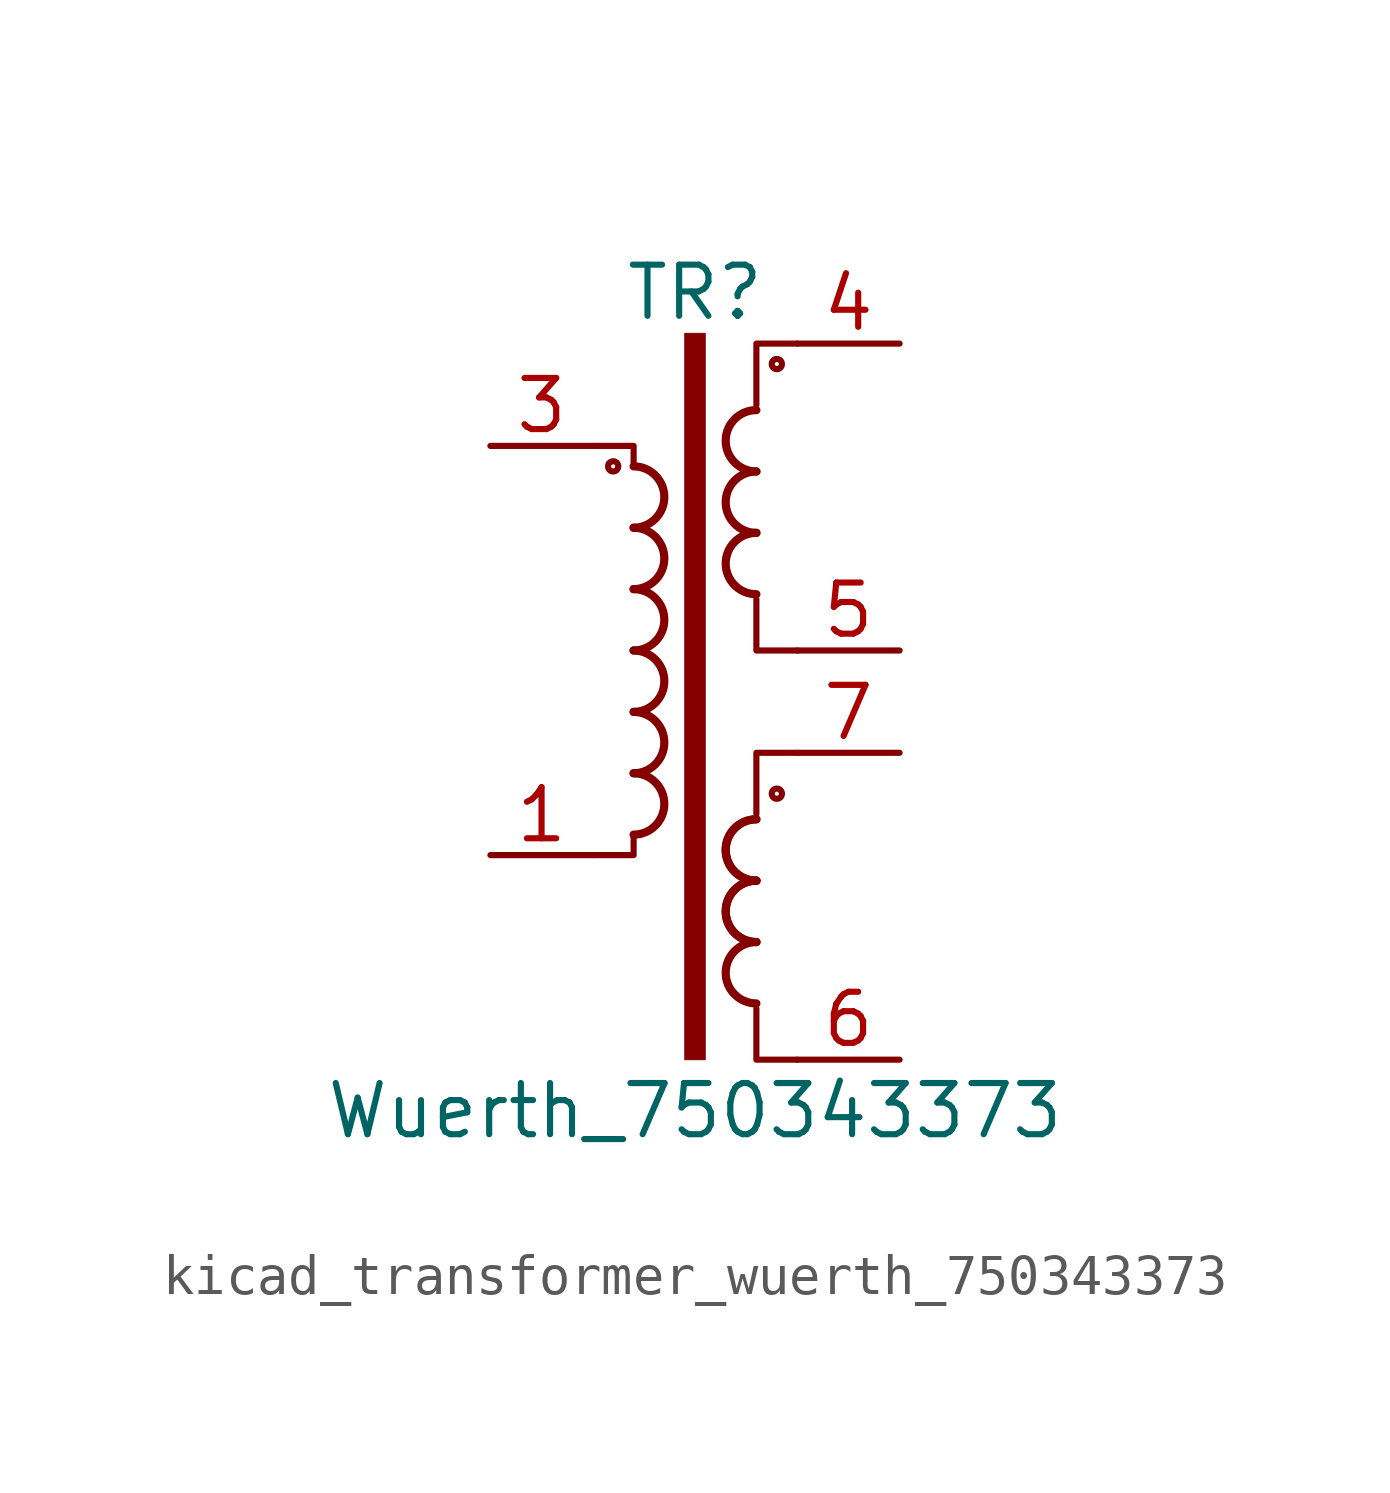
<source format=kicad_sym>
(kicad_symbol_lib
  (version 20220914)
  (generator kicad_symbol_editor)
  (symbol "kicad_transformer_wuerth_750343373"
    (property "Reference" "TR"
      (at 0 8.89 0)
      (effects (font (size 1.27 1.27))))
    (property "Value" "Wuerth_750343373"
      (at 0 -11.43 0)
      (effects (font (size 1.27 1.27))))
    (symbol "kicad_transformer_wuerth_750343373_0_1"
      (circle (center -2.032 4.572) (radius 0.127) (stroke (width 0) (type default)) (fill (type none)))
      (arc (start -1.524 -4.572) (mid -0.7653 -3.81) (end -1.524 -3.048) (stroke (width 0.2032) (type default)) (fill (type none)))
      (arc (start -1.524 -3.048) (mid -0.7653 -2.286) (end -1.524 -1.524) (stroke (width 0.2032) (type default)) (fill (type none)))
      (arc (start -1.524 -1.524) (mid -0.7653 -0.762) (end -1.524 0) (stroke (width 0.2032) (type default)) (fill (type none)))
      (arc (start -1.524 0) (mid -0.7653 0.762) (end -1.524 1.524) (stroke (width 0.2032) (type default)) (fill (type none)))
      (arc (start -1.524 1.524) (mid -0.7653 2.286) (end -1.524 3.048) (stroke (width 0.2032) (type default)) (fill (type none)))
      (arc (start -1.524 3.048) (mid -0.7653 3.81) (end -1.524 4.572) (stroke (width 0.2032) (type default)) (fill (type none)))
      (rectangle (start -0.254 7.874) (end 0.254 -10.16) (stroke (width 0.025) (type default)) (fill (type outline)))
      (polyline (pts (xy -1.524 -4.572) (xy -1.524 -5.08) (xy -2.54 -5.08)) (stroke (width 0) (type default)) (fill (type none)))
      (polyline (pts (xy -1.524 4.572) (xy -1.524 5.08) (xy -2.54 5.08)) (stroke (width 0) (type default)) (fill (type none)))
      (polyline (pts (xy 1.524 -8.89) (xy 1.524 -10.16) (xy 2.54 -10.16)) (stroke (width 0) (type default)) (fill (type none)))
      (polyline (pts (xy 2.54 -2.54) (xy 1.524 -2.54) (xy 1.524 -4.064)) (stroke (width 0) (type default)) (fill (type none)))
      (polyline (pts (xy 2.54 0) (xy 1.524 0) (xy 1.524 1.27)) (stroke (width 0) (type default)) (fill (type none)))
      (polyline (pts (xy 2.54 7.62) (xy 1.524 7.62) (xy 1.524 6.096)) (stroke (width 0) (type default)) (fill (type none)))
      (arc (start 1.524 -7.239) (mid 0.7653 -8.001) (end 1.524 -8.763) (stroke (width 0.2032) (type default)) (fill (type none)))
      (arc (start 1.524 -5.715) (mid 0.7653 -6.477) (end 1.524 -7.239) (stroke (width 0.2032) (type default)) (fill (type none)))
      (arc (start 1.524 -5.715) (mid 0.7653 -6.477) (end 1.524 -7.239) (stroke (width 0.2032) (type default)) (fill (type none)))
      (arc (start 1.524 -4.191) (mid 0.7653 -4.953) (end 1.524 -5.715) (stroke (width 0.2032) (type default)) (fill (type none)))
      (arc (start 1.524 -4.191) (mid 0.7653 -4.953) (end 1.524 -5.715) (stroke (width 0.2032) (type default)) (fill (type none)))
      (arc (start 1.524 2.921) (mid 0.7653 2.159) (end 1.524 1.397) (stroke (width 0.2032) (type default)) (fill (type none)))
      (arc (start 1.524 4.445) (mid 0.7653 3.683) (end 1.524 2.921) (stroke (width 0.2032) (type default)) (fill (type none)))
      (arc (start 1.524 5.969) (mid 0.7653 5.207) (end 1.524 4.445) (stroke (width 0.2032) (type default)) (fill (type none)))
      (circle (center 2.032 -3.556) (radius 0.127) (stroke (width 0) (type default)) (fill (type none)))
      (circle (center 2.032 7.112) (radius 0.127) (stroke (width 0) (type default)) (fill (type none))))
    (symbol "kicad_transformer_wuerth_750343373_1_1"
      (pin passive line (at -5.08 -5.08 0) (length 2.54) (name "~" (effects (font (size 1.27 1.27)))) (number "1" (effects (font (size 1.27 1.27)))))
      (pin no_connect line (at 0 -7.62 0) (length 2.54) hide (name "~" (effects (font (size 1.27 1.27)))) (number "10" (effects (font (size 1.27 1.27)))))
      (pin no_connect line (at 0 2.54 180) (length 2.54) hide (name "~" (effects (font (size 1.27 1.27)))) (number "2" (effects (font (size 1.27 1.27)))))
      (pin passive line (at -5.08 5.08 0) (length 2.54) (name "~" (effects (font (size 1.27 1.27)))) (number "3" (effects (font (size 1.27 1.27)))))
      (pin passive line (at 5.08 7.62 180) (length 2.54) (name "~" (effects (font (size 1.27 1.27)))) (number "4" (effects (font (size 1.27 1.27)))))
      (pin passive line (at 5.08 0 180) (length 2.54) (name "~" (effects (font (size 1.27 1.27)))) (number "5" (effects (font (size 1.27 1.27)))))
      (pin passive line (at 5.08 -10.16 180) (length 2.54) (name "~" (effects (font (size 1.27 1.27)))) (number "6" (effects (font (size 1.27 1.27)))))
      (pin passive line (at 5.08 -2.54 180) (length 2.54) (name "~" (effects (font (size 1.27 1.27)))) (number "7" (effects (font (size 1.27 1.27)))))
      (pin no_connect line (at 0 0 180) (length 2.54) hide (name "~" (effects (font (size 1.27 1.27)))) (number "8" (effects (font (size 1.27 1.27)))))
      (pin no_connect line (at 0 -2.54 180) (length 2.54) hide (name "~" (effects (font (size 1.27 1.27)))) (number "9" (effects (font (size 1.27 1.27))))))))
</source>
